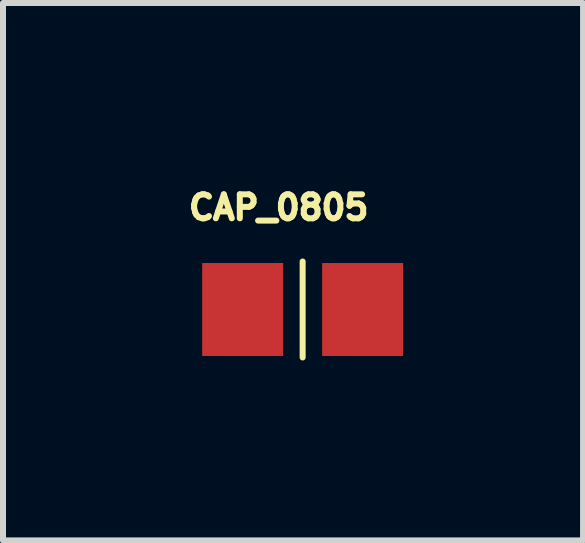
<source format=kicad_pcb>
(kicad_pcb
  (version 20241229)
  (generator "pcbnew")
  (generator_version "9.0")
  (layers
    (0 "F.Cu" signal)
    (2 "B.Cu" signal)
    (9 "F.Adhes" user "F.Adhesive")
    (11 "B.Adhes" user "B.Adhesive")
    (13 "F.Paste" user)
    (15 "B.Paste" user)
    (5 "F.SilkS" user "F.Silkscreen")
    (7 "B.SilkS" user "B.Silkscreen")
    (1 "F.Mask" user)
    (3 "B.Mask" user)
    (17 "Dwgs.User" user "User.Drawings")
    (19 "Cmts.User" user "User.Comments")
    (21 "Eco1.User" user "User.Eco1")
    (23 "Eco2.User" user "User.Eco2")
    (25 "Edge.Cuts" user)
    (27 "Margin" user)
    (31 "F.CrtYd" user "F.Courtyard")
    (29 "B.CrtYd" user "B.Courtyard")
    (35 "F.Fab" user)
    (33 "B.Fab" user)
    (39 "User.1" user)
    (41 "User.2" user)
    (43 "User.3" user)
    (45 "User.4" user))
  (footprint "CAP_0805"
    (layer "F.Cu")
    (at 1.996 2.11)
    (property "Reference" "CAP_0805" (at -0.4 -1.7 0) (layer "F.SilkS") (effects (font (size 0.4 0.4) (thickness 0.1))))
    (attr through_hole)
    (fp_line (start 0 -0.8) (end 0 0.8) (stroke (width 0.1) (type solid)) (layer "F.SilkS"))
    (pad "1" smd rect (at -1 0) (size 1.35 1.55) (layers "F.Cu" "F.Mask" "F.Paste"))
    (pad "2" smd rect (at 1 0) (size 1.35 1.55) (layers "F.Cu" "F.Mask" "F.Paste")))
  (gr_rect
    (start -3 -3)
    (end 6.671 5.96)
    (stroke (width 0.1) (type default))
    (fill no)
    (layer "Edge.Cuts")))
</source>
